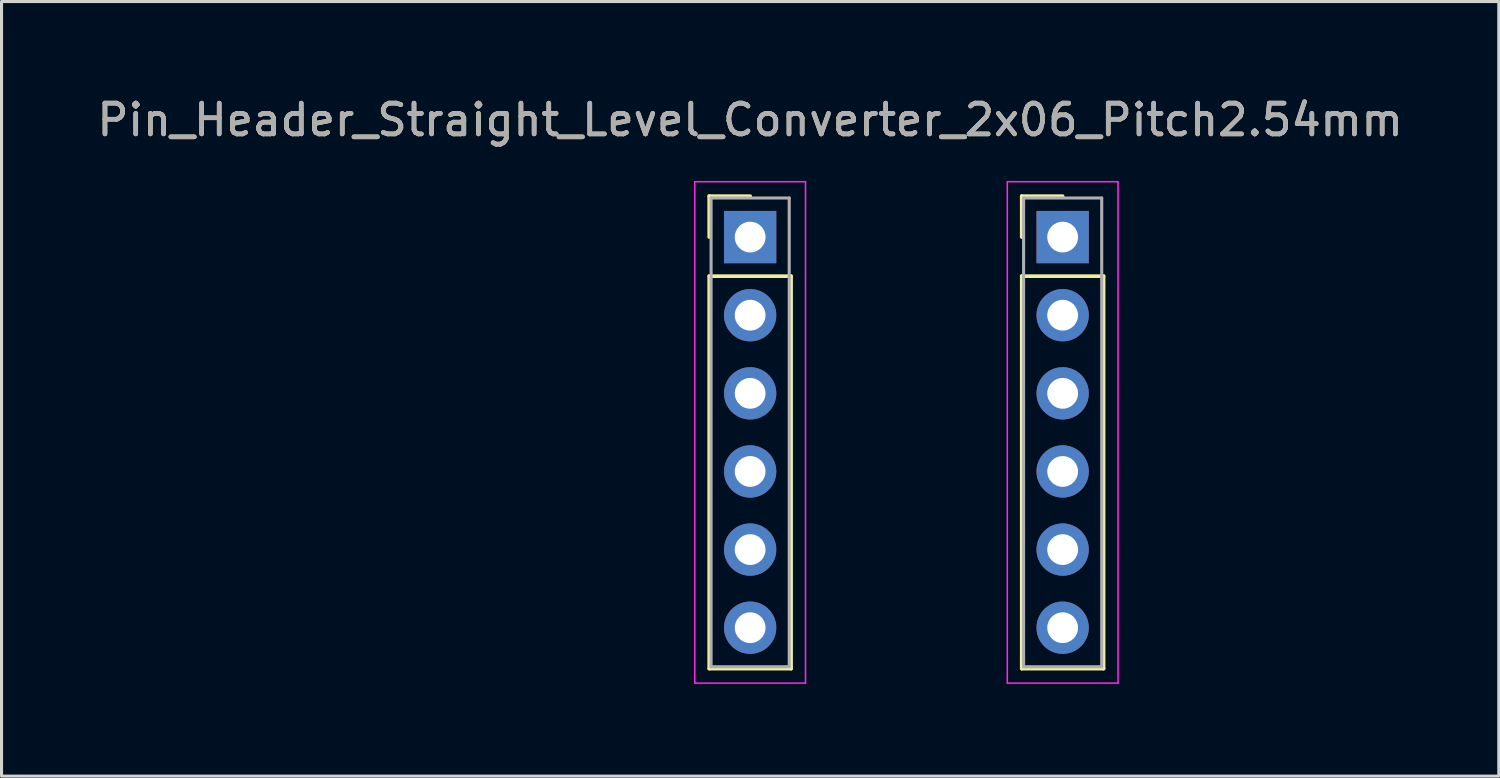
<source format=kicad_pcb>
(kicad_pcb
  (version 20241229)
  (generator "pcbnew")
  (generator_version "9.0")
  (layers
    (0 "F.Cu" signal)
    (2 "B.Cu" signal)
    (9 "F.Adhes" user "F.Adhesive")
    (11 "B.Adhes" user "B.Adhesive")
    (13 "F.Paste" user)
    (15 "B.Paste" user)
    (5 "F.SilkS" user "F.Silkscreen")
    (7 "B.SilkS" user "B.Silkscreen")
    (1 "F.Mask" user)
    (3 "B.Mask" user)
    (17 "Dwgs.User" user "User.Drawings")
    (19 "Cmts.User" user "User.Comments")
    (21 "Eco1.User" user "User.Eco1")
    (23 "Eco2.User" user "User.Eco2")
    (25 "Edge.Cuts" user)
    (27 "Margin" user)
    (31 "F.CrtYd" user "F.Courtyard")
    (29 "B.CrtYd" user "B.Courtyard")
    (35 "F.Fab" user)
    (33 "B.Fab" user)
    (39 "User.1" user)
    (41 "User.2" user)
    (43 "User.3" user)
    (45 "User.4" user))
  (footprint "Pin_Header_Straight_Level_Converter_2x06_Pitch2.54mm"
    (layer "F.Cu")
    (at 21.339 4.658)
    (property "Reference" "Pin_Header_Straight_Level_Converter_2x06_Pitch2.54mm" (at 0 -3.81 0) (layer "F.SilkS") (effects (font (size 1 1) (thickness 0.15))))
    (attr through_hole)
    (fp_line (start -1.33 -1.33) (end 0 -1.33) (stroke (width 0.12) (type solid)) (layer "F.SilkS"))
    (fp_line (start -1.33 0) (end -1.33 -1.33) (stroke (width 0.12) (type solid)) (layer "F.SilkS"))
    (fp_line (start -1.33 1.27) (end -1.33 14.03) (stroke (width 0.12) (type solid)) (layer "F.SilkS"))
    (fp_line (start -1.33 14.03) (end 1.33 14.03) (stroke (width 0.12) (type solid)) (layer "F.SilkS"))
    (fp_line (start 1.33 1.27) (end -1.33 1.27) (stroke (width 0.12) (type solid)) (layer "F.SilkS"))
    (fp_line (start 1.33 14.03) (end 1.33 1.27) (stroke (width 0.12) (type solid)) (layer "F.SilkS"))
    (fp_line (start 8.83 -1.33) (end 10.16 -1.33) (stroke (width 0.12) (type solid)) (layer "F.SilkS"))
    (fp_line (start 8.83 0) (end 8.83 -1.33) (stroke (width 0.12) (type solid)) (layer "F.SilkS"))
    (fp_line (start 8.83 1.27) (end 8.83 14.03) (stroke (width 0.12) (type solid)) (layer "F.SilkS"))
    (fp_line (start 8.83 14.03) (end 11.49 14.03) (stroke (width 0.12) (type solid)) (layer "F.SilkS"))
    (fp_line (start 11.49 1.27) (end 8.83 1.27) (stroke (width 0.12) (type solid)) (layer "F.SilkS"))
    (fp_line (start 11.49 14.03) (end 11.49 1.27) (stroke (width 0.12) (type solid)) (layer "F.SilkS"))
    (fp_line (start -1.8 -1.8) (end -1.8 14.5) (stroke (width 0.05) (type solid)) (layer "F.CrtYd"))
    (fp_line (start -1.8 14.5) (end 1.8 14.5) (stroke (width 0.05) (type solid)) (layer "F.CrtYd"))
    (fp_line (start 1.8 -1.8) (end -1.8 -1.8) (stroke (width 0.05) (type solid)) (layer "F.CrtYd"))
    (fp_line (start 1.8 14.5) (end 1.8 -1.8) (stroke (width 0.05) (type solid)) (layer "F.CrtYd"))
    (fp_line (start 8.36 -1.8) (end 8.36 14.5) (stroke (width 0.05) (type solid)) (layer "F.CrtYd"))
    (fp_line (start 8.36 14.5) (end 11.96 14.5) (stroke (width 0.05) (type solid)) (layer "F.CrtYd"))
    (fp_line (start 11.96 -1.8) (end 8.36 -1.8) (stroke (width 0.05) (type solid)) (layer "F.CrtYd"))
    (fp_line (start 11.96 14.5) (end 11.96 -1.8) (stroke (width 0.05) (type solid)) (layer "F.CrtYd"))
    (fp_line (start -1.27 -1.27) (end -1.27 13.97) (stroke (width 0.1) (type solid)) (layer "F.Fab"))
    (fp_line (start -1.27 13.97) (end 1.27 13.97) (stroke (width 0.1) (type solid)) (layer "F.Fab"))
    (fp_line (start 1.27 -1.27) (end -1.27 -1.27) (stroke (width 0.1) (type solid)) (layer "F.Fab"))
    (fp_line (start 1.27 13.97) (end 1.27 -1.27) (stroke (width 0.1) (type solid)) (layer "F.Fab"))
    (fp_line (start 8.89 -1.27) (end 8.89 13.97) (stroke (width 0.1) (type solid)) (layer "F.Fab"))
    (fp_line (start 8.89 13.97) (end 11.43 13.97) (stroke (width 0.1) (type solid)) (layer "F.Fab"))
    (fp_line (start 11.43 -1.27) (end 8.89 -1.27) (stroke (width 0.1) (type solid)) (layer "F.Fab"))
    (fp_line (start 11.43 13.97) (end 11.43 -1.27) (stroke (width 0.1) (type solid)) (layer "F.Fab"))
    (fp_text user "${REFERENCE}" (at 0 -3.81 0) (layer "F.Fab") (effects (font (size 1 1) (thickness 0.15))))
    (pad "1" thru_hole rect (at 0 0) (size 1.7 1.7) (drill 1) (layers "*.Cu" "*.Mask"))
    (pad "2" thru_hole oval (at 0 2.54) (size 1.7 1.7) (drill 1) (layers "*.Cu" "*.Mask"))
    (pad "3" thru_hole oval (at 0 5.08) (size 1.7 1.7) (drill 1) (layers "*.Cu" "*.Mask"))
    (pad "4" thru_hole oval (at 0 7.62) (size 1.7 1.7) (drill 1) (layers "*.Cu" "*.Mask"))
    (pad "5" thru_hole oval (at 0 10.16) (size 1.7 1.7) (drill 1) (layers "*.Cu" "*.Mask"))
    (pad "6" thru_hole oval (at 0 12.7) (size 1.7 1.7) (drill 1) (layers "*.Cu" "*.Mask"))
    (pad "7" thru_hole oval (at 10.16 12.7) (size 1.7 1.7) (drill 1) (layers "*.Cu" "*.Mask"))
    (pad "8" thru_hole oval (at 10.16 10.16) (size 1.7 1.7) (drill 1) (layers "*.Cu" "*.Mask"))
    (pad "9" thru_hole oval (at 10.16 7.62) (size 1.7 1.7) (drill 1) (layers "*.Cu" "*.Mask"))
    (pad "10" thru_hole oval (at 10.16 5.08) (size 1.7 1.7) (drill 1) (layers "*.Cu" "*.Mask"))
    (pad "11" thru_hole oval (at 10.16 2.54) (size 1.7 1.7) (drill 1) (layers "*.Cu" "*.Mask"))
    (pad "12" thru_hole rect (at 10.16 0) (size 1.7 1.7) (drill 1) (layers "*.Cu" "*.Mask")))
  (gr_rect
    (start -3 -3)
    (end 45.679 22.183)
    (stroke (width 0.1) (type default))
    (fill no)
    (layer "Edge.Cuts")))
</source>
